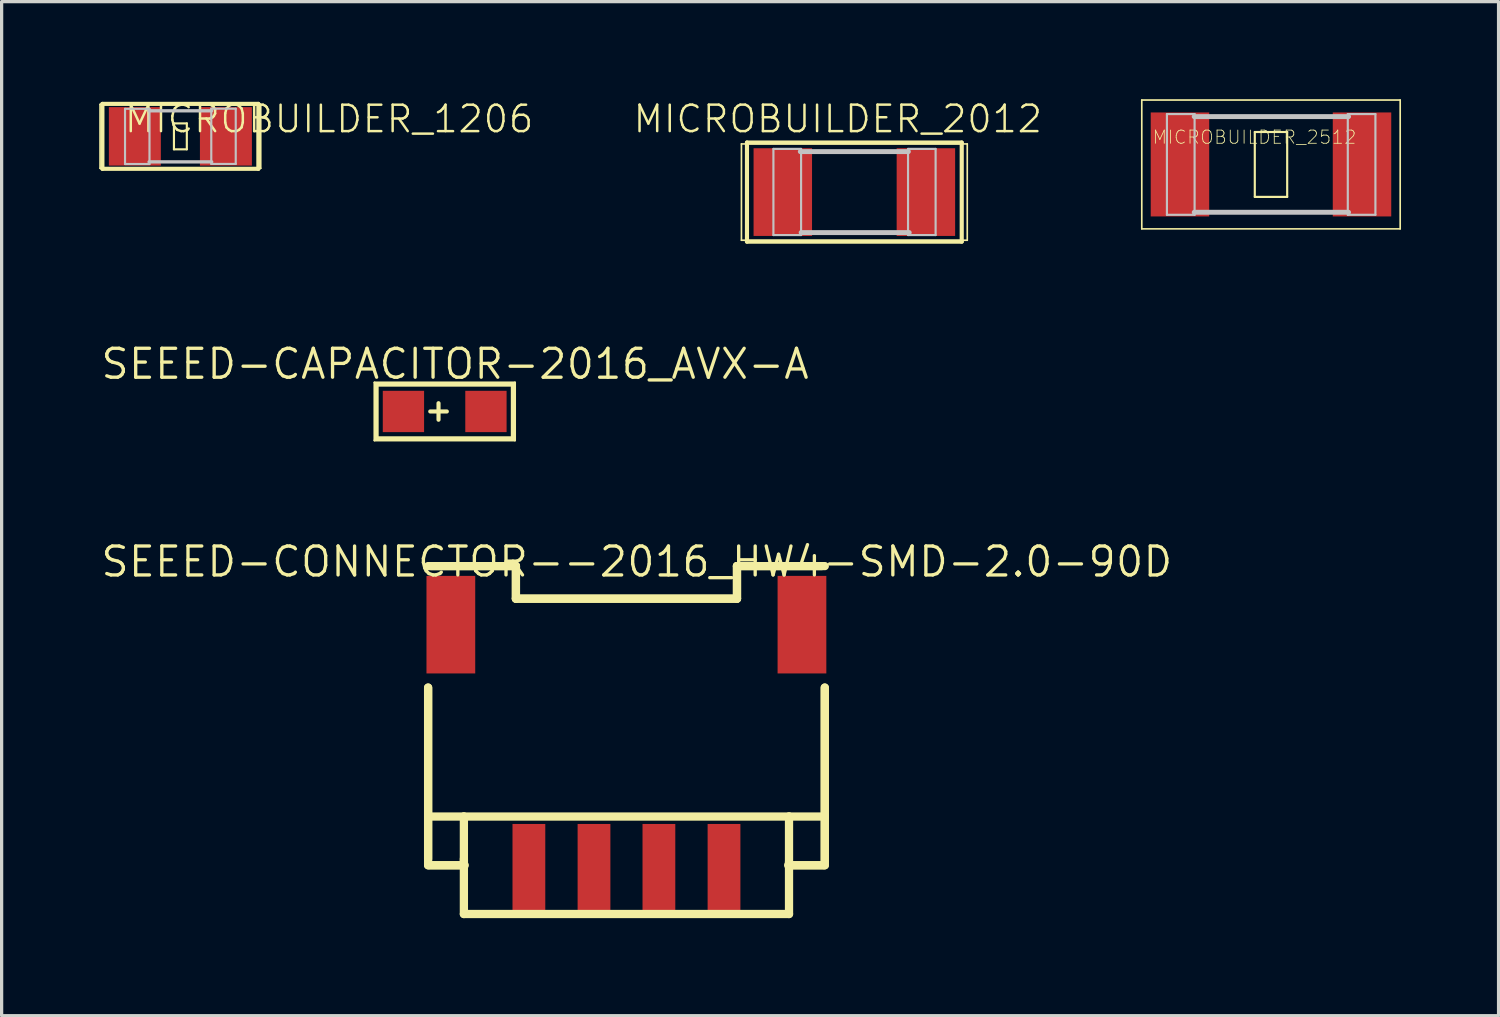
<source format=kicad_pcb>
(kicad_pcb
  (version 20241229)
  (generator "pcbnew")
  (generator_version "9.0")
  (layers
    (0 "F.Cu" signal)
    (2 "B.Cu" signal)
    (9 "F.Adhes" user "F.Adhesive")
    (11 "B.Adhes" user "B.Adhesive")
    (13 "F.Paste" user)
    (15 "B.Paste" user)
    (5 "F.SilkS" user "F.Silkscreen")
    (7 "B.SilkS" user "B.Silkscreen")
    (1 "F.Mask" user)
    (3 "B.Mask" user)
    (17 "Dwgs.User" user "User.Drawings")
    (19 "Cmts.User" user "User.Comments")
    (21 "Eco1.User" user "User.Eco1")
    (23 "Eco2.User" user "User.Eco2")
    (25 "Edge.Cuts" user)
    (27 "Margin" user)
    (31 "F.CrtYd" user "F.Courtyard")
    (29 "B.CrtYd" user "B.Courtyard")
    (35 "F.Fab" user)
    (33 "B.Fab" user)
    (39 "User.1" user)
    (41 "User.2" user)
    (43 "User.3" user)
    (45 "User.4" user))
  (footprint "MICROBUILDER_2012"
    (layer "F.Cu")
    (at 23.222 2.857)
    (property "Reference" "MICROBUILDER_2012" (at -0.508 -2.248 0) (layer "F.SilkS") (effects (font (size 0.813 0.813) (thickness 0.076))))
    (attr smd)
    (fp_line (start -3.472 -1.481) (end 3.472 -1.481) (stroke (width 0.051) (type solid)) (layer "F.SilkS"))
    (fp_line (start -3.472 1.481) (end -3.472 -1.481) (stroke (width 0.051) (type solid)) (layer "F.SilkS"))
    (fp_line (start -3.302 -1.524) (end 3.302 -1.524) (stroke (width 0.127) (type solid)) (layer "F.SilkS"))
    (fp_line (start -3.302 1.524) (end -3.302 -1.524) (stroke (width 0.127) (type solid)) (layer "F.SilkS"))
    (fp_line (start 3.302 -1.524) (end 3.302 1.524) (stroke (width 0.127) (type solid)) (layer "F.SilkS"))
    (fp_line (start 3.302 1.524) (end -3.302 1.524) (stroke (width 0.127) (type solid)) (layer "F.SilkS"))
    (fp_line (start 3.472 -1.481) (end 3.472 1.481) (stroke (width 0.051) (type solid)) (layer "F.SilkS"))
    (fp_line (start 3.472 1.481) (end -3.472 1.481) (stroke (width 0.051) (type solid)) (layer "F.SilkS"))
    (fp_line (start -2.489 -1.328) (end -1.638 -1.328) (stroke (width 0.066) (type solid)) (layer "Dwgs.User"))
    (fp_line (start -2.489 1.321) (end -2.489 -1.328) (stroke (width 0.066) (type solid)) (layer "Dwgs.User"))
    (fp_line (start -2.489 1.321) (end -1.638 1.321) (stroke (width 0.066) (type solid)) (layer "Dwgs.User"))
    (fp_line (start -1.661 -1.245) (end 1.661 -1.245) (stroke (width 0.152) (type solid)) (layer "Dwgs.User"))
    (fp_line (start -1.638 1.321) (end -1.638 -1.328) (stroke (width 0.066) (type solid)) (layer "Dwgs.User"))
    (fp_line (start -1.636 1.245) (end 1.687 1.245) (stroke (width 0.152) (type solid)) (layer "Dwgs.User"))
    (fp_line (start 1.651 -1.328) (end 2.499 -1.328) (stroke (width 0.066) (type solid)) (layer "Dwgs.User"))
    (fp_line (start 1.651 1.321) (end 1.651 -1.328) (stroke (width 0.066) (type solid)) (layer "Dwgs.User"))
    (fp_line (start 1.651 1.321) (end 2.499 1.321) (stroke (width 0.066) (type solid)) (layer "Dwgs.User"))
    (fp_line (start 2.499 1.321) (end 2.499 -1.328) (stroke (width 0.066) (type solid)) (layer "Dwgs.User"))
    (pad "1" smd rect (at -2.2 0) (size 1.798 2.697) (layers "F.Cu" "F.Mask" "F.Paste"))
    (pad "2" smd rect (at 2.2 0) (size 1.798 2.697) (layers "F.Cu" "F.Mask" "F.Paste")))
  (footprint "MICROBUILDER_2512"
    (layer "F.Cu")
    (at 36.034 2.007)
    (property "Reference" "MICROBUILDER_2512" (at -0.508 -0.838 0) (layer "F.SilkS") (effects (font (size 0.406 0.406) (thickness 0.025))))
    (attr smd)
    (fp_line (start -3.973 -1.981) (end 3.973 -1.981) (stroke (width 0.051) (type solid)) (layer "F.SilkS"))
    (fp_line (start -3.973 1.981) (end -3.973 -1.981) (stroke (width 0.051) (type solid)) (layer "F.SilkS"))
    (fp_line (start -0.498 -0.998) (end 0.498 -0.998) (stroke (width 0.066) (type solid)) (layer "F.SilkS"))
    (fp_line (start -0.498 0.998) (end -0.498 -0.998) (stroke (width 0.066) (type solid)) (layer "F.SilkS"))
    (fp_line (start -0.498 0.998) (end 0.498 0.998) (stroke (width 0.066) (type solid)) (layer "F.SilkS"))
    (fp_line (start 0.498 0.998) (end 0.498 -0.998) (stroke (width 0.066) (type solid)) (layer "F.SilkS"))
    (fp_line (start 3.973 -1.981) (end 3.973 1.981) (stroke (width 0.051) (type solid)) (layer "F.SilkS"))
    (fp_line (start 3.973 1.981) (end -3.973 1.981) (stroke (width 0.051) (type solid)) (layer "F.SilkS"))
    (fp_line (start -3.2 -1.549) (end -2.349 -1.549) (stroke (width 0.066) (type solid)) (layer "Dwgs.User"))
    (fp_line (start -3.2 1.549) (end -3.2 -1.549) (stroke (width 0.066) (type solid)) (layer "Dwgs.User"))
    (fp_line (start -3.2 1.549) (end -2.349 1.549) (stroke (width 0.066) (type solid)) (layer "Dwgs.User"))
    (fp_line (start -2.36 -1.471) (end 2.385 -1.471) (stroke (width 0.152) (type solid)) (layer "Dwgs.User"))
    (fp_line (start -2.36 1.471) (end 2.385 1.471) (stroke (width 0.152) (type solid)) (layer "Dwgs.User"))
    (fp_line (start -2.349 1.549) (end -2.349 -1.549) (stroke (width 0.066) (type solid)) (layer "Dwgs.User"))
    (fp_line (start 2.362 -1.549) (end 3.211 -1.549) (stroke (width 0.066) (type solid)) (layer "Dwgs.User"))
    (fp_line (start 2.362 1.549) (end 2.362 -1.549) (stroke (width 0.066) (type solid)) (layer "Dwgs.User"))
    (fp_line (start 2.362 1.549) (end 3.211 1.549) (stroke (width 0.066) (type solid)) (layer "Dwgs.User"))
    (fp_line (start 3.211 1.549) (end 3.211 -1.549) (stroke (width 0.066) (type solid)) (layer "Dwgs.User"))
    (pad "1" smd rect (at -2.799 0) (size 1.798 3.198) (layers "F.Cu" "F.Mask" "F.Paste"))
    (pad "2" smd rect (at 2.799 0) (size 1.798 3.198) (layers "F.Cu" "F.Mask" "F.Paste")))
  (footprint "MICROBUILDER_1206"
    (layer "F.Cu")
    (at 2.497 1.143)
    (property "Reference" "MICROBUILDER_1206" (at 4.572 -0.533 0) (layer "F.SilkS") (effects (font (size 0.813 0.813) (thickness 0.076))))
    (attr smd)
    (fp_line (start -2.471 -0.983) (end 2.471 -0.983) (stroke (width 0.051) (type solid)) (layer "F.SilkS"))
    (fp_line (start -2.471 0.983) (end -2.471 -0.983) (stroke (width 0.051) (type solid)) (layer "F.SilkS"))
    (fp_line (start -2.398 -0.998) (end 2.398 -0.998) (stroke (width 0.127) (type solid)) (layer "F.SilkS"))
    (fp_line (start -2.398 0.998) (end -2.398 -0.998) (stroke (width 0.127) (type solid)) (layer "F.SilkS"))
    (fp_line (start -0.198 -0.399) (end 0.198 -0.399) (stroke (width 0.066) (type solid)) (layer "F.SilkS"))
    (fp_line (start -0.198 0.399) (end -0.198 -0.399) (stroke (width 0.066) (type solid)) (layer "F.SilkS"))
    (fp_line (start -0.198 0.399) (end 0.198 0.399) (stroke (width 0.066) (type solid)) (layer "F.SilkS"))
    (fp_line (start 0.198 0.399) (end 0.198 -0.399) (stroke (width 0.066) (type solid)) (layer "F.SilkS"))
    (fp_line (start 2.398 -0.998) (end 2.398 0.998) (stroke (width 0.127) (type solid)) (layer "F.SilkS"))
    (fp_line (start 2.398 0.998) (end -2.398 0.998) (stroke (width 0.127) (type solid)) (layer "F.SilkS"))
    (fp_line (start 2.471 -0.983) (end 2.471 0.983) (stroke (width 0.051) (type solid)) (layer "F.SilkS"))
    (fp_line (start 2.471 0.983) (end -2.471 0.983) (stroke (width 0.051) (type solid)) (layer "F.SilkS"))
    (fp_line (start -1.702 -0.848) (end -0.95 -0.848) (stroke (width 0.066) (type solid)) (layer "Dwgs.User"))
    (fp_line (start -1.702 0.851) (end -1.702 -0.848) (stroke (width 0.066) (type solid)) (layer "Dwgs.User"))
    (fp_line (start -1.702 0.851) (end -0.95 0.851) (stroke (width 0.066) (type solid)) (layer "Dwgs.User"))
    (fp_line (start -0.963 -0.785) (end 0.963 -0.785) (stroke (width 0.102) (type solid)) (layer "Dwgs.User"))
    (fp_line (start -0.963 0.785) (end 0.963 0.785) (stroke (width 0.102) (type solid)) (layer "Dwgs.User"))
    (fp_line (start -0.95 0.851) (end -0.95 -0.848) (stroke (width 0.066) (type solid)) (layer "Dwgs.User"))
    (fp_line (start 0.95 -0.851) (end 1.702 -0.851) (stroke (width 0.066) (type solid)) (layer "Dwgs.User"))
    (fp_line (start 0.95 0.848) (end 0.95 -0.851) (stroke (width 0.066) (type solid)) (layer "Dwgs.User"))
    (fp_line (start 0.95 0.848) (end 1.702 0.848) (stroke (width 0.066) (type solid)) (layer "Dwgs.User"))
    (fp_line (start 1.702 0.848) (end 1.702 -0.851) (stroke (width 0.066) (type solid)) (layer "Dwgs.User"))
    (pad "1" smd rect (at -1.4 0) (size 1.598 1.798) (layers "F.Cu" "F.Mask" "F.Paste"))
    (pad "2" smd rect (at 1.4 0) (size 1.598 1.798) (layers "F.Cu" "F.Mask" "F.Paste")))
  (footprint "SEEED-CAPACITOR-2016_AVX-A"
    (layer "F.Cu")
    (at 10.626 9.603)
    (property "Reference" "SEEED-CAPACITOR-2016_AVX-A" (at 0.318 -1.46 0) (layer "F.SilkS") (effects (font (size 0.889 0.889) (thickness 0.102))))
    (attr smd)
    (fp_line (start -2.159 -0.889) (end 2.159 -0.889) (stroke (width 0.066) (type solid)) (layer "F.SilkS"))
    (fp_line (start -2.159 0.889) (end -2.159 -0.889) (stroke (width 0.066) (type solid)) (layer "F.SilkS"))
    (fp_line (start -2.159 0.889) (end 2.159 0.889) (stroke (width 0.066) (type solid)) (layer "F.SilkS"))
    (fp_line (start -2.095 -0.826) (end 2.095 -0.826) (stroke (width 0.127) (type solid)) (layer "F.SilkS"))
    (fp_line (start -2.095 0.826) (end -2.095 -0.826) (stroke (width 0.127) (type solid)) (layer "F.SilkS"))
    (fp_line (start -0.445 0) (end 0.064 0) (stroke (width 0.127) (type solid)) (layer "F.SilkS"))
    (fp_line (start -0.191 0.254) (end -0.191 -0.254) (stroke (width 0.127) (type solid)) (layer "F.SilkS"))
    (fp_line (start 2.095 -0.826) (end 2.095 0.826) (stroke (width 0.127) (type solid)) (layer "F.SilkS"))
    (fp_line (start 2.095 0.826) (end -2.095 0.826) (stroke (width 0.127) (type solid)) (layer "F.SilkS"))
    (fp_line (start 2.159 0.889) (end 2.159 -0.889) (stroke (width 0.066) (type solid)) (layer "F.SilkS"))
    (pad "+" smd rect (at -1.27 0) (size 1.27 1.27) (layers "F.Cu" "F.Mask" "F.Paste"))
    (pad "-" smd rect (at 1.267 0 180) (size 1.27 1.27) (layers "F.Cu" "F.Mask" "F.Paste")))
  (footprint "SEEED-CONNECTOR--2016_HW4-SMD-2.0-90D"
    (layer "F.Cu")
    (at 16.214 23.558)
    (property "Reference" "SEEED-CONNECTOR--2016_HW4-SMD-2.0-90D" (at 0.318 -9.335 0) (layer "F.SilkS") (effects (font (size 0.889 0.889) (thickness 0.102))))
    (attr smd)
    (fp_line (start -6.099 -9.2) (end -3.399 -9.2) (stroke (width 0.254) (type solid)) (layer "F.SilkS"))
    (fp_line (start -6.099 -5.464) (end -6.099 -0.198) (stroke (width 0.254) (type solid)) (layer "F.SilkS"))
    (fp_line (start -6.099 -1.499) (end -6.099 -5.464) (stroke (width 0.254) (type solid)) (layer "F.SilkS"))
    (fp_line (start -6.099 -1.499) (end -6.099 0) (stroke (width 0.254) (type solid)) (layer "F.SilkS"))
    (fp_line (start -6.099 -1.499) (end -4.999 -1.499) (stroke (width 0.254) (type solid)) (layer "F.SilkS"))
    (fp_line (start -6.099 0) (end -4.999 0) (stroke (width 0.254) (type solid)) (layer "F.SilkS"))
    (fp_line (start -6.053 0) (end -4.973 0) (stroke (width 0.254) (type solid)) (layer "F.SilkS"))
    (fp_line (start -5.999 -9.2) (end -3.399 -9.2) (stroke (width 0.254) (type solid)) (layer "F.SilkS"))
    (fp_line (start -4.999 -1.499) (end 4.999 -1.499) (stroke (width 0.254) (type solid)) (layer "F.SilkS"))
    (fp_line (start -4.999 0) (end -4.999 -1.499) (stroke (width 0.254) (type solid)) (layer "F.SilkS"))
    (fp_line (start -4.999 1.499) (end -4.999 -0.198) (stroke (width 0.254) (type solid)) (layer "F.SilkS"))
    (fp_line (start -3.399 -9.2) (end -3.399 -8.199) (stroke (width 0.254) (type solid)) (layer "F.SilkS"))
    (fp_line (start -3.399 -9.2) (end -3.399 -8.199) (stroke (width 0.254) (type solid)) (layer "F.SilkS"))
    (fp_line (start -3.399 -8.199) (end 3.399 -8.199) (stroke (width 0.254) (type solid)) (layer "F.SilkS"))
    (fp_line (start -3.399 -8.199) (end 3.399 -8.199) (stroke (width 0.254) (type solid)) (layer "F.SilkS"))
    (fp_line (start 3.399 -9.2) (end 5.999 -9.2) (stroke (width 0.254) (type solid)) (layer "F.SilkS"))
    (fp_line (start 3.399 -9.2) (end 6.099 -9.2) (stroke (width 0.254) (type solid)) (layer "F.SilkS"))
    (fp_line (start 3.399 -8.199) (end 3.399 -9.2) (stroke (width 0.254) (type solid)) (layer "F.SilkS"))
    (fp_line (start 3.399 -8.199) (end 3.399 -9.2) (stroke (width 0.254) (type solid)) (layer "F.SilkS"))
    (fp_line (start 4.973 0) (end 6.053 0) (stroke (width 0.254) (type solid)) (layer "F.SilkS"))
    (fp_line (start 4.999 -1.499) (end 4.999 0) (stroke (width 0.254) (type solid)) (layer "F.SilkS"))
    (fp_line (start 4.999 -1.499) (end 6.099 -1.499) (stroke (width 0.254) (type solid)) (layer "F.SilkS"))
    (fp_line (start 4.999 -0.099) (end 4.999 1.499) (stroke (width 0.254) (type solid)) (layer "F.SilkS"))
    (fp_line (start 4.999 0) (end 6.099 0) (stroke (width 0.254) (type solid)) (layer "F.SilkS"))
    (fp_line (start 4.999 1.499) (end -4.999 1.499) (stroke (width 0.254) (type solid)) (layer "F.SilkS"))
    (fp_line (start 6.099 -5.464) (end 6.099 -0.099) (stroke (width 0.254) (type solid)) (layer "F.SilkS"))
    (fp_line (start 6.099 -1.499) (end 6.099 -5.464) (stroke (width 0.254) (type solid)) (layer "F.SilkS"))
    (fp_line (start 6.099 0) (end 6.099 -1.499) (stroke (width 0.254) (type solid)) (layer "F.SilkS"))
    (pad "1" smd rect (at -3 0.099 90) (size 2.738 1.008) (layers "F.Cu" "F.Mask" "F.Paste"))
    (pad "2" smd rect (at -0.998 0.099 90) (size 2.738 1.008) (layers "F.Cu" "F.Mask" "F.Paste"))
    (pad "3" smd rect (at 0.998 0.099 90) (size 2.738 1.008) (layers "F.Cu" "F.Mask" "F.Paste"))
    (pad "4" smd rect (at 3 0.099 90) (size 2.738 1.008) (layers "F.Cu" "F.Mask" "F.Paste"))
    (pad "SS1" smd rect (at -5.4 -7.399 90) (size 3 1.499) (layers "F.Cu" "F.Mask" "F.Paste"))
    (pad "SS2" smd rect (at 5.397 -7.399 90) (size 3 1.499) (layers "F.Cu" "F.Mask" "F.Paste")))
  (gr_rect
    (start -3 -3)
    (end 43.032 28.184)
    (stroke (width 0.1) (type default))
    (fill no)
    (layer "Edge.Cuts")))
</source>
